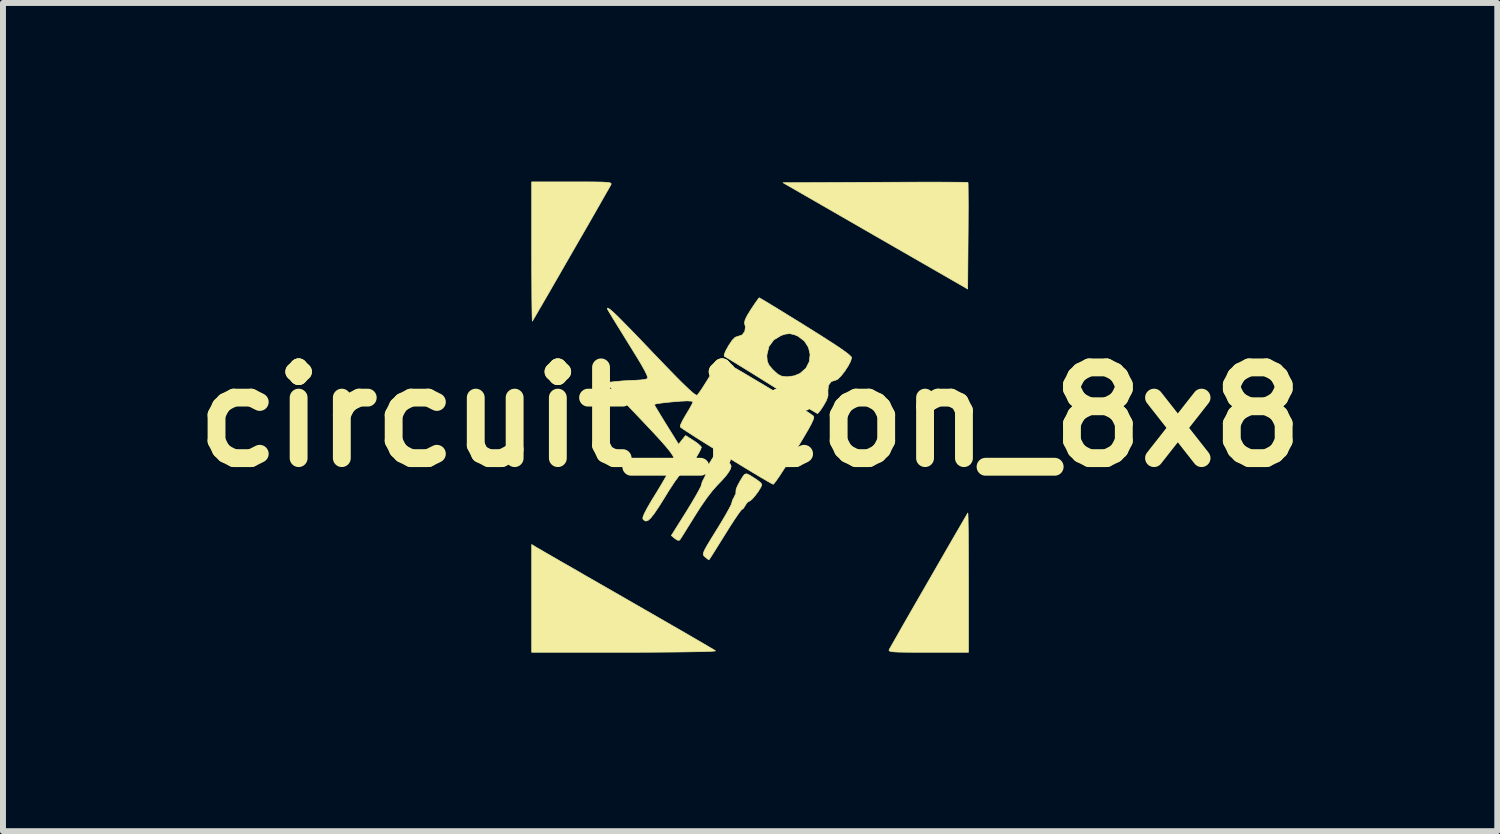
<source format=kicad_pcb>
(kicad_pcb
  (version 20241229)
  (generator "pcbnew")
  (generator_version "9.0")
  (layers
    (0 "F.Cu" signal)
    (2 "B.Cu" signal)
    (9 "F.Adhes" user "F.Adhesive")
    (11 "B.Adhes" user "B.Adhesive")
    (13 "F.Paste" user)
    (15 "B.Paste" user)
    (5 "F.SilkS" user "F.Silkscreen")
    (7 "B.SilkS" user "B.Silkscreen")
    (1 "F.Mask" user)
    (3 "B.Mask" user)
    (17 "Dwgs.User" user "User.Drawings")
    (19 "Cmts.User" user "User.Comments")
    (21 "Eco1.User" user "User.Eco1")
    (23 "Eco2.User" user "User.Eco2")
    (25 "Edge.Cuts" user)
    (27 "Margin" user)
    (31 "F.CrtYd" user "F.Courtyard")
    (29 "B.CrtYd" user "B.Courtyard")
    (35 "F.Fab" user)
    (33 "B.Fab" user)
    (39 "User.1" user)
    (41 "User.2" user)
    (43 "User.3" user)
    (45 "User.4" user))
  (footprint "circuit_icon_8x8"
    (layer "F.Cu")
    (at 9.55 3.956)
    (property "Reference" "circuit_icon_8x8" (at 0 0 0) (layer "F.SilkS") (effects (font (size 1.524 1.524) (thickness 0.3))))
    (attr through_hole)
    (fp_poly (pts (xy 3.137 -3.947) (xy 3.327 -3.946) (xy 3.479 -3.945) (xy 3.588 -3.944) (xy 3.648 -3.943) (xy 3.66 -3.942) (xy 3.662 -3.912) (xy 3.663 -3.833) (xy 3.664 -3.711) (xy 3.665 -3.553) (xy 3.664 -3.366) (xy 3.663 -3.156) (xy 3.662 -3.041) (xy 3.655 -2.151) (xy 2.103 -3.044) (xy 0.552 -3.937) (xy 2.101 -3.944) (xy 2.391 -3.945) (xy 2.664 -3.946) (xy 2.914 -3.947) (xy 3.137 -3.947)) (stroke (width 0.01) (type solid)) (fill yes) (layer "F.SilkS"))
    (fp_poly (pts (xy -3.577 2.196) (xy -3.536 2.219) (xy -3.451 2.269) (xy -3.326 2.341) (xy -3.167 2.433) (xy -2.976 2.542) (xy -2.76 2.667) (xy -2.523 2.803) (xy -2.27 2.948) (xy -2.046 3.077) (xy -1.785 3.227) (xy -1.538 3.369) (xy -1.309 3.501) (xy -1.104 3.619) (xy -0.927 3.722) (xy -0.781 3.807) (xy -0.672 3.871) (xy -0.603 3.912) (xy -0.58 3.927) (xy -0.602 3.931) (xy -0.676 3.936) (xy -0.797 3.94) (xy -0.96 3.943) (xy -1.161 3.946) (xy -1.394 3.948) (xy -1.656 3.95) (xy -1.941 3.951) (xy -2.111 3.951) (xy -3.669 3.951) (xy -3.669 2.14) (xy -3.577 2.196)) (stroke (width 0.01) (type solid)) (fill yes) (layer "F.SilkS"))
    (fp_poly (pts (xy -0.484 0.681) (xy -0.388 0.741) (xy -0.335 0.786) (xy -0.318 0.826) (xy -0.331 0.873) (xy -0.351 0.91) (xy -0.398 0.977) (xy -0.472 1.062) (xy -0.55 1.143) (xy -0.63 1.232) (xy -0.728 1.359) (xy -0.836 1.515) (xy -0.931 1.665) (xy -1.013 1.797) (xy -1.084 1.911) (xy -1.14 2.001) (xy -1.176 2.056) (xy -1.185 2.068) (xy -1.218 2.069) (xy -1.264 2.04) (xy -1.323 1.99) (xy -1.07 1.587) (xy -0.987 1.451) (xy -0.915 1.329) (xy -0.86 1.23) (xy -0.826 1.164) (xy -0.818 1.141) (xy -0.804 1.087) (xy -0.774 1.03) (xy -0.747 0.972) (xy -0.746 0.934) (xy -0.742 0.897) (xy -0.712 0.829) (xy -0.675 0.763) (xy -0.587 0.62) (xy -0.484 0.681)) (stroke (width 0.01) (type solid)) (fill yes) (layer "F.SilkS"))
    (fp_poly (pts (xy -2.778 -3.951) (xy -2.616 -3.95) (xy -2.497 -3.948) (xy -2.416 -3.944) (xy -2.366 -3.938) (xy -2.34 -3.929) (xy -2.333 -3.917) (xy -2.339 -3.901) (xy -2.339 -3.901) (xy -2.363 -3.858) (xy -2.411 -3.774) (xy -2.479 -3.655) (xy -2.563 -3.507) (xy -2.661 -3.336) (xy -2.769 -3.148) (xy -2.884 -2.949) (xy -3.002 -2.744) (xy -3.12 -2.539) (xy -3.234 -2.341) (xy -3.341 -2.155) (xy -3.438 -1.987) (xy -3.522 -1.843) (xy -3.588 -1.729) (xy -3.634 -1.65) (xy -3.656 -1.613) (xy -3.657 -1.611) (xy -3.66 -1.636) (xy -3.662 -1.711) (xy -3.664 -1.831) (xy -3.666 -1.991) (xy -3.667 -2.183) (xy -3.668 -2.404) (xy -3.669 -2.646) (xy -3.669 -2.775) (xy -3.669 -3.951) (xy -2.991 -3.951) (xy -2.778 -3.951)) (stroke (width 0.01) (type solid)) (fill yes) (layer "F.SilkS"))
    (fp_poly (pts (xy 3.66 1.636) (xy 3.662 1.711) (xy 3.664 1.831) (xy 3.666 1.991) (xy 3.667 2.183) (xy 3.668 2.404) (xy 3.669 2.646) (xy 3.669 2.775) (xy 3.669 3.951) (xy 2.991 3.951) (xy 2.778 3.951) (xy 2.616 3.95) (xy 2.497 3.948) (xy 2.416 3.944) (xy 2.366 3.938) (xy 2.34 3.929) (xy 2.333 3.917) (xy 2.339 3.901) (xy 2.339 3.901) (xy 2.363 3.858) (xy 2.411 3.774) (xy 2.479 3.655) (xy 2.563 3.507) (xy 2.661 3.336) (xy 2.769 3.148) (xy 2.884 2.949) (xy 3.002 2.744) (xy 3.12 2.539) (xy 3.234 2.341) (xy 3.341 2.155) (xy 3.438 1.987) (xy 3.522 1.843) (xy 3.588 1.729) (xy 3.634 1.65) (xy 3.656 1.613) (xy 3.657 1.611) (xy 3.66 1.636)) (stroke (width 0.01) (type solid)) (fill yes) (layer "F.SilkS"))
    (fp_poly (pts (xy -0.015 0.971) (xy 0.059 1.017) (xy 0.127 1.062) (xy 0.177 1.102) (xy 0.198 1.134) (xy 0.181 1.178) (xy 0.141 1.244) (xy 0.088 1.316) (xy 0.036 1.376) (xy -0.003 1.409) (xy -0.011 1.411) (xy -0.048 1.434) (xy -0.08 1.482) (xy -0.112 1.534) (xy -0.138 1.552) (xy -0.16 1.575) (xy -0.206 1.639) (xy -0.271 1.735) (xy -0.35 1.857) (xy -0.424 1.976) (xy -0.509 2.112) (xy -0.583 2.231) (xy -0.641 2.323) (xy -0.679 2.381) (xy -0.692 2.399) (xy -0.716 2.383) (xy -0.757 2.349) (xy -0.777 2.33) (xy -0.787 2.309) (xy -0.783 2.277) (xy -0.762 2.229) (xy -0.722 2.156) (xy -0.658 2.05) (xy -0.568 1.904) (xy -0.562 1.895) (xy -0.479 1.759) (xy -0.407 1.637) (xy -0.352 1.538) (xy -0.318 1.472) (xy -0.31 1.45) (xy -0.296 1.397) (xy -0.266 1.341) (xy -0.239 1.283) (xy -0.238 1.245) (xy -0.234 1.207) (xy -0.204 1.14) (xy -0.167 1.073) (xy -0.125 1.003) (xy -0.094 0.963) (xy -0.062 0.952) (xy -0.015 0.971)) (stroke (width 0.01) (type solid)) (fill yes) (layer "F.SilkS"))
    (fp_poly (pts (xy 0.18 -1.989) (xy 0.249 -1.949) (xy 0.354 -1.885) (xy 0.489 -1.803) (xy 0.649 -1.704) (xy 0.828 -1.594) (xy 0.937 -1.526) (xy 1.169 -1.381) (xy 1.355 -1.262) (xy 1.498 -1.168) (xy 1.601 -1.096) (xy 1.668 -1.043) (xy 1.701 -1.009) (xy 1.705 -0.997) (xy 1.688 -0.936) (xy 1.646 -0.856) (xy 1.589 -0.769) (xy 1.528 -0.691) (xy 1.474 -0.637) (xy 1.44 -0.621) (xy 1.363 -0.597) (xy 1.316 -0.532) (xy 1.307 -0.441) (xy 1.308 -0.432) (xy 1.309 -0.359) (xy 1.284 -0.283) (xy 1.236 -0.197) (xy 1.187 -0.122) (xy 1.148 -0.072) (xy 1.132 -0.059) (xy 1.105 -0.074) (xy 1.035 -0.115) (xy 0.93 -0.18) (xy 0.794 -0.263) (xy 0.634 -0.362) (xy 0.455 -0.473) (xy 0.353 -0.537) (xy 0.166 -0.654) (xy -0.006 -0.761) (xy -0.157 -0.854) (xy -0.281 -0.93) (xy -0.373 -0.986) (xy -0.423 -1.016) (xy 0.282 -1.016) (xy 0.289 -0.937) (xy 0.317 -0.873) (xy 0.376 -0.803) (xy 0.392 -0.787) (xy 0.465 -0.721) (xy 0.528 -0.688) (xy 0.602 -0.678) (xy 0.625 -0.677) (xy 0.741 -0.693) (xy 0.838 -0.733) (xy 0.939 -0.822) (xy 0.995 -0.933) (xy 1.008 -1.053) (xy 0.98 -1.171) (xy 0.912 -1.277) (xy 0.806 -1.358) (xy 0.741 -1.385) (xy 0.664 -1.402) (xy 0.589 -1.393) (xy 0.521 -1.37) (xy 0.398 -1.296) (xy 0.317 -1.186) (xy 0.283 -1.047) (xy 0.282 -1.016) (xy -0.423 -1.016) (xy -0.425 -1.018) (xy -0.435 -1.023) (xy -0.435 -1.05) (xy -0.41 -1.112) (xy -0.365 -1.194) (xy -0.365 -1.194) (xy -0.301 -1.29) (xy -0.25 -1.341) (xy -0.207 -1.355) (xy -0.135 -1.379) (xy -0.089 -1.439) (xy -0.079 -1.517) (xy -0.086 -1.542) (xy -0.094 -1.585) (xy -0.083 -1.636) (xy -0.047 -1.708) (xy 0.014 -1.807) (xy 0.074 -1.897) (xy 0.122 -1.966) (xy 0.15 -2.001) (xy 0.154 -2.004) (xy 0.18 -1.989)) (stroke (width 0.01) (type solid)) (fill yes) (layer "F.SilkS"))
    (fp_poly (pts (xy -2.376 -1.825) (xy -2.342 -1.8) (xy -2.289 -1.753) (xy -2.213 -1.68) (xy -2.112 -1.578) (xy -1.981 -1.444) (xy -1.818 -1.275) (xy -1.638 -1.086) (xy -1.439 -0.879) (xy -1.275 -0.71) (xy -1.144 -0.578) (xy -1.043 -0.481) (xy -0.97 -0.414) (xy -0.92 -0.377) (xy -0.893 -0.365) (xy -0.889 -0.367) (xy -0.861 -0.402) (xy -0.811 -0.474) (xy -0.748 -0.573) (xy -0.69 -0.666) (xy -0.621 -0.776) (xy -0.56 -0.867) (xy -0.514 -0.929) (xy -0.492 -0.95) (xy -0.462 -0.939) (xy -0.392 -0.901) (xy -0.287 -0.843) (xy -0.156 -0.768) (xy -0.006 -0.679) (xy 0.158 -0.582) (xy 0.326 -0.481) (xy 0.494 -0.38) (xy 0.652 -0.283) (xy 0.795 -0.194) (xy 0.915 -0.118) (xy 1.006 -0.059) (xy 1.059 -0.021) (xy 1.065 -0.016) (xy 1.071 0.005) (xy 1.059 0.047) (xy 1.028 0.115) (xy 0.974 0.214) (xy 0.895 0.349) (xy 0.788 0.526) (xy 0.759 0.572) (xy 0.661 0.731) (xy 0.571 0.871) (xy 0.495 0.988) (xy 0.436 1.073) (xy 0.398 1.121) (xy 0.389 1.129) (xy 0.358 1.115) (xy 0.287 1.074) (xy 0.182 1.013) (xy 0.05 0.934) (xy -0.101 0.843) (xy -0.264 0.743) (xy -0.433 0.639) (xy -0.6 0.535) (xy -0.758 0.437) (xy -0.901 0.347) (xy -1.02 0.27) (xy -1.11 0.212) (xy -1.163 0.175) (xy -1.174 0.165) (xy -1.168 0.13) (xy -1.136 0.062) (xy -1.086 -0.026) (xy -1.075 -0.045) (xy -1.02 -0.136) (xy -0.979 -0.21) (xy -0.96 -0.252) (xy -0.96 -0.256) (xy -0.986 -0.268) (xy -1.058 -0.272) (xy -1.164 -0.267) (xy -1.344 -0.252) (xy -1.48 -0.237) (xy -1.57 -0.224) (xy -1.608 -0.212) (xy -1.609 -0.21) (xy -1.595 -0.183) (xy -1.556 -0.118) (xy -1.498 -0.022) (xy -1.427 0.094) (xy -1.405 0.129) (xy -1.201 0.457) (xy -1.143 0.383) (xy -1.084 0.31) (xy -0.951 0.394) (xy -0.878 0.445) (xy -0.83 0.489) (xy -0.818 0.508) (xy -0.833 0.548) (xy -0.868 0.615) (xy -0.889 0.649) (xy -0.945 0.758) (xy -0.956 0.839) (xy -0.926 0.897) (xy -0.903 0.935) (xy -0.919 0.95) (xy -0.96 0.938) (xy -0.988 0.917) (xy -1.031 0.889) (xy -1.077 0.888) (xy -1.128 0.917) (xy -1.19 0.981) (xy -1.266 1.085) (xy -1.362 1.231) (xy -1.432 1.345) (xy -1.533 1.506) (xy -1.612 1.623) (xy -1.672 1.699) (xy -1.718 1.739) (xy -1.756 1.747) (xy -1.788 1.727) (xy -1.8 1.714) (xy -1.801 1.684) (xy -1.778 1.624) (xy -1.728 1.528) (xy -1.65 1.394) (xy -1.577 1.276) (xy -1.494 1.139) (xy -1.422 1.015) (xy -1.367 0.914) (xy -1.334 0.844) (xy -1.326 0.819) (xy -1.313 0.766) (xy -1.298 0.748) (xy -1.279 0.727) (xy -1.277 0.697) (xy -1.296 0.651) (xy -1.338 0.588) (xy -1.408 0.501) (xy -1.507 0.388) (xy -1.64 0.244) (xy -1.809 0.065) (xy -1.846 0.026) (xy -2.423 -0.579) (xy -2.263 -0.597) (xy -2.137 -0.608) (xy -1.998 -0.616) (xy -1.933 -0.618) (xy -1.836 -0.624) (xy -1.759 -0.635) (xy -1.726 -0.646) (xy -1.721 -0.665) (xy -1.735 -0.709) (xy -1.77 -0.781) (xy -1.829 -0.887) (xy -1.915 -1.029) (xy -2.029 -1.214) (xy -2.044 -1.238) (xy -2.143 -1.398) (xy -2.232 -1.542) (xy -2.306 -1.662) (xy -2.361 -1.753) (xy -2.393 -1.808) (xy -2.399 -1.82) (xy -2.394 -1.831) (xy -2.376 -1.825)) (stroke (width 0.01) (type solid)) (fill yes) (layer "F.SilkS")))
  (gr_rect
    (start -3 -3)
    (end 22.101 10.912)
    (stroke (width 0.1) (type default))
    (fill no)
    (layer "Edge.Cuts")))
</source>
